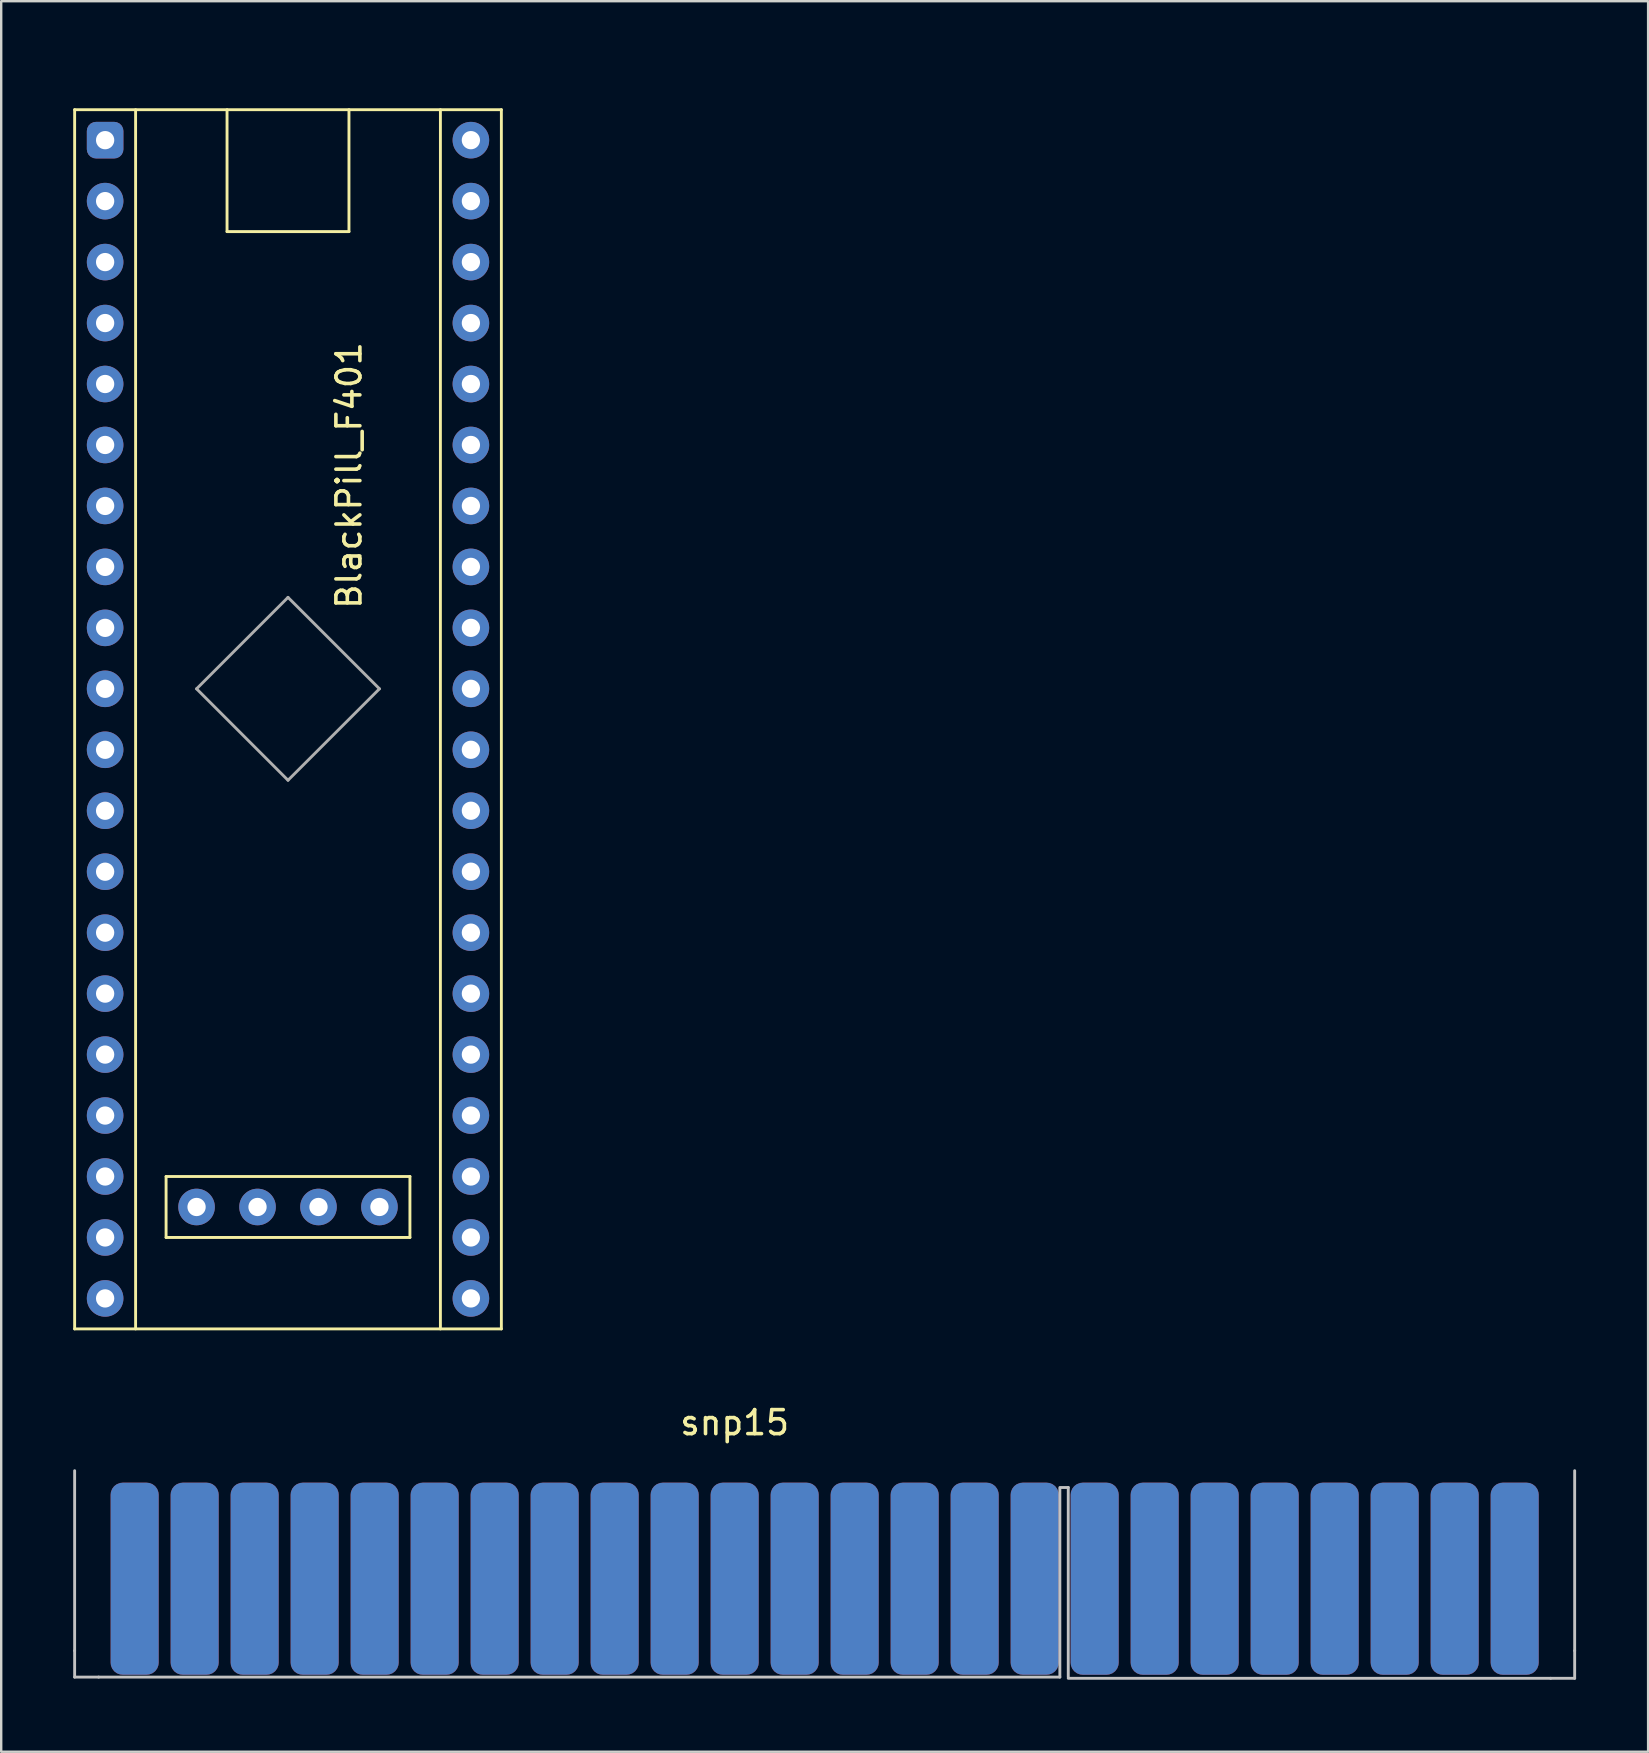
<source format=kicad_pcb>
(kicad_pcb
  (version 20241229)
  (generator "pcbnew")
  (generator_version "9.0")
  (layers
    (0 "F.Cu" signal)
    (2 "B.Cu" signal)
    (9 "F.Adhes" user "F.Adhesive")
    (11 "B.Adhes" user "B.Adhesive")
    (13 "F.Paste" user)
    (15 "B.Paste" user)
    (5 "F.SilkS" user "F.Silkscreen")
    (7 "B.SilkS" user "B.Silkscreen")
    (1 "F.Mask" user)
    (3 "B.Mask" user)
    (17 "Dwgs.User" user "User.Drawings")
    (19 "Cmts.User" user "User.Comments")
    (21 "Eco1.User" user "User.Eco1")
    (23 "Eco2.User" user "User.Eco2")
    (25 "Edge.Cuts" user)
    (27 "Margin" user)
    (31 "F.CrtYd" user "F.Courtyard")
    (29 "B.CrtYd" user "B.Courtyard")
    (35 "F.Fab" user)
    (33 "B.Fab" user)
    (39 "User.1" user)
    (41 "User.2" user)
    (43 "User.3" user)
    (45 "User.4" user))
  (footprint "snp15"
    (layer "F.Cu")
    (at 27.56 55.728)
    (property "Reference" "snp15" (at 0 0.5 0) (layer "F.SilkS") (effects (font (size 1 1) (thickness 0.15))))
    (attr through_hole)
    (fp_line (start -27.5 2.5) (end -27.5 10) (stroke (width 0.12) (type solid)) (layer "Dwgs.User"))
    (fp_line (start -27.5 11.1) (end -27.5 10) (stroke (width 0.12) (type solid)) (layer "Dwgs.User"))
    (fp_line (start -26.5 11.1) (end -27.5 11.1) (stroke (width 0.12) (type solid)) (layer "Dwgs.User"))
    (fp_line (start 13.55 3.2) (end 13.9 3.2) (stroke (width 0.12) (type solid)) (layer "Dwgs.User"))
    (fp_line (start 13.55 3.25) (end 13.55 11.1) (stroke (width 0.12) (type solid)) (layer "Dwgs.User"))
    (fp_line (start 13.55 11.1) (end -26.5 11.1) (stroke (width 0.12) (type solid)) (layer "Dwgs.User"))
    (fp_line (start 13.9 3.2) (end 13.9 11.1) (stroke (width 0.12) (type solid)) (layer "Dwgs.User"))
    (fp_line (start 13.9 11.15) (end 34 11.15) (stroke (width 0.12) (type solid)) (layer "Dwgs.User"))
    (fp_line (start 34 11.15) (end 35 11.15) (stroke (width 0.12) (type solid)) (layer "Dwgs.User"))
    (fp_line (start 35 2.5) (end 35 10) (stroke (width 0.12) (type solid)) (layer "Dwgs.User"))
    (fp_line (start 35 11.15) (end 35 10) (stroke (width 0.12) (type solid)) (layer "Dwgs.User"))
    (pad "A1" smd roundrect (at -25 7) (size 2 8) (layers "B.Cu" "B.Mask" "B.Paste") (roundrect_rratio 0.25))
    (pad "A2" smd roundrect (at -22.5 7) (size 2 8) (layers "B.Cu" "B.Mask" "B.Paste") (roundrect_rratio 0.25))
    (pad "A3" smd roundrect (at -20 7) (size 2 8) (layers "B.Cu" "B.Mask" "B.Paste") (roundrect_rratio 0.25))
    (pad "A4" smd roundrect (at -17.5 7) (size 2 8) (layers "B.Cu" "B.Mask" "B.Paste") (roundrect_rratio 0.25))
    (pad "A5" smd roundrect (at -15 7) (size 2 8) (layers "B.Cu" "B.Mask" "B.Paste") (roundrect_rratio 0.25))
    (pad "A6" smd roundrect (at -12.5 7) (size 2 8) (layers "B.Cu" "B.Mask" "B.Paste") (roundrect_rratio 0.25))
    (pad "A7" smd roundrect (at -10 7) (size 2 8) (layers "B.Cu" "B.Mask" "B.Paste") (roundrect_rratio 0.25))
    (pad "A8" smd roundrect (at -7.5 7) (size 2 8) (layers "B.Cu" "B.Mask" "B.Paste") (roundrect_rratio 0.25))
    (pad "A9" smd roundrect (at -5 7) (size 2 8) (layers "B.Cu" "B.Mask" "B.Paste") (roundrect_rratio 0.25))
    (pad "A10" smd roundrect (at -2.5 7) (size 2 8) (layers "B.Cu" "B.Mask" "B.Paste") (roundrect_rratio 0.25))
    (pad "A11" smd roundrect (at 0 7) (size 2 8) (layers "B.Cu" "B.Mask" "B.Paste") (roundrect_rratio 0.25))
    (pad "A12" smd roundrect (at 2.5 7) (size 2 8) (layers "B.Cu" "B.Mask" "B.Paste") (roundrect_rratio 0.25))
    (pad "A13" smd roundrect (at 5 7) (size 2 8) (layers "B.Cu" "B.Mask" "B.Paste") (roundrect_rratio 0.25))
    (pad "A14" smd roundrect (at 7.5 7) (size 2 8) (layers "B.Cu" "B.Mask" "B.Paste") (roundrect_rratio 0.25))
    (pad "A15" smd roundrect (at 10 7) (size 2 8) (layers "B.Cu" "B.Mask" "B.Paste") (roundrect_rratio 0.25))
    (pad "A16" smd roundrect (at 12.5 7) (size 2 8) (layers "B.Cu" "B.Mask" "B.Paste") (roundrect_rratio 0.25))
    (pad "A17" smd roundrect (at 15 7) (size 2 8) (layers "B.Cu" "B.Mask" "B.Paste") (roundrect_rratio 0.25))
    (pad "A18" smd roundrect (at 17.5 7) (size 2 8) (layers "B.Cu" "B.Mask" "B.Paste") (roundrect_rratio 0.25))
    (pad "A19" smd roundrect (at 20 7) (size 2 8) (layers "B.Cu" "B.Mask" "B.Paste") (roundrect_rratio 0.25))
    (pad "A20" smd roundrect (at 22.5 7) (size 2 8) (layers "B.Cu" "B.Mask" "B.Paste") (roundrect_rratio 0.25))
    (pad "A21" smd roundrect (at 25 7) (size 2 8) (layers "B.Cu" "B.Mask" "B.Paste") (roundrect_rratio 0.25))
    (pad "A22" smd roundrect (at 27.5 7) (size 2 8) (layers "B.Cu" "B.Mask" "B.Paste") (roundrect_rratio 0.25))
    (pad "A23" smd roundrect (at 30 7) (size 2 8) (layers "B.Cu" "B.Mask" "B.Paste") (roundrect_rratio 0.25))
    (pad "A24" smd roundrect (at 32.5 7) (size 2 8) (layers "B.Cu" "B.Mask" "B.Paste") (roundrect_rratio 0.25))
    (pad "B1" smd roundrect (at -25 7) (size 2 8) (layers "F.Cu" "F.Mask" "F.Paste") (roundrect_rratio 0.25))
    (pad "B2" smd roundrect (at -22.5 7) (size 2 8) (layers "F.Cu" "F.Mask" "F.Paste") (roundrect_rratio 0.25))
    (pad "B3" smd roundrect (at -20 7) (size 2 8) (layers "F.Cu" "F.Mask" "F.Paste") (roundrect_rratio 0.25))
    (pad "B4" smd roundrect (at -17.5 7) (size 2 8) (layers "F.Cu" "F.Mask" "F.Paste") (roundrect_rratio 0.25))
    (pad "B5" smd roundrect (at -15 7) (size 2 8) (layers "F.Cu" "F.Mask" "F.Paste") (roundrect_rratio 0.25))
    (pad "B6" smd roundrect (at -12.5 7) (size 2 8) (layers "F.Cu" "F.Mask" "F.Paste") (roundrect_rratio 0.25))
    (pad "B7" smd roundrect (at -10 7) (size 2 8) (layers "F.Cu" "F.Mask" "F.Paste") (roundrect_rratio 0.25))
    (pad "B8" smd roundrect (at -7.5 7) (size 2 8) (layers "F.Cu" "F.Mask" "F.Paste") (roundrect_rratio 0.25))
    (pad "B9" smd roundrect (at -5 7) (size 2 8) (layers "F.Cu" "F.Mask" "F.Paste") (roundrect_rratio 0.25))
    (pad "B10" smd roundrect (at -2.5 7) (size 2 8) (layers "F.Cu" "F.Mask" "F.Paste") (roundrect_rratio 0.25))
    (pad "B11" smd roundrect (at 0 7) (size 2 8) (layers "F.Cu" "F.Mask" "F.Paste") (roundrect_rratio 0.25))
    (pad "B12" smd roundrect (at 2.5 7) (size 2 8) (layers "F.Cu" "F.Mask" "F.Paste") (roundrect_rratio 0.25))
    (pad "B13" smd roundrect (at 5 7) (size 2 8) (layers "F.Cu" "F.Mask" "F.Paste") (roundrect_rratio 0.25))
    (pad "B14" smd roundrect (at 7.5 7) (size 2 8) (layers "F.Cu" "F.Mask" "F.Paste") (roundrect_rratio 0.25))
    (pad "B15" smd roundrect (at 10 7) (size 2 8) (layers "F.Cu" "F.Mask" "F.Paste") (roundrect_rratio 0.25))
    (pad "B16" smd roundrect (at 12.5 7) (size 2 8) (layers "F.Cu" "F.Mask" "F.Paste") (roundrect_rratio 0.25))
    (pad "B17" smd roundrect (at 15 7) (size 2 8) (layers "F.Cu" "F.Mask" "F.Paste") (roundrect_rratio 0.25))
    (pad "B18" smd roundrect (at 17.5 7) (size 2 8) (layers "F.Cu" "F.Mask" "F.Paste") (roundrect_rratio 0.25))
    (pad "B19" smd roundrect (at 20 7) (size 2 8) (layers "F.Cu" "F.Mask" "F.Paste") (roundrect_rratio 0.25))
    (pad "B20" smd roundrect (at 22.5 7) (size 2 8) (layers "F.Cu" "F.Mask" "F.Paste") (roundrect_rratio 0.25))
    (pad "B21" smd roundrect (at 25 7) (size 2 8) (layers "F.Cu" "F.Mask" "F.Paste") (roundrect_rratio 0.25))
    (pad "B22" smd roundrect (at 27.5 7) (size 2 8) (layers "F.Cu" "F.Mask" "F.Paste") (roundrect_rratio 0.25))
    (pad "B23" smd roundrect (at 30 7) (size 2 8) (layers "F.Cu" "F.Mask" "F.Paste") (roundrect_rratio 0.25))
    (pad "B24" smd roundrect (at 32.5 7) (size 2 8) (layers "F.Cu" "F.Mask" "F.Paste") (roundrect_rratio 0.25)))
  (footprint "BlackPill_F401"
    (layer "F.Cu")
    (at 8.95 0.25)
    (property "Reference" "BlackPill_F401" (at 2.54 16.51 90) (layer "F.SilkS") (effects (font (size 1 1) (thickness 0.15))))
    (attr through_hole)
    (fp_line (start -8.89 1.27) (end 8.89 1.27) (stroke (width 0.12) (type solid)) (layer "F.SilkS"))
    (fp_line (start -8.89 52.07) (end -8.89 1.27) (stroke (width 0.12) (type solid)) (layer "F.SilkS"))
    (fp_line (start -6.35 1.27) (end -6.35 52.07) (stroke (width 0.12) (type solid)) (layer "F.SilkS"))
    (fp_line (start -5.08 45.72) (end -5.08 48.26) (stroke (width 0.12) (type solid)) (layer "F.SilkS"))
    (fp_line (start -5.08 48.26) (end 5.08 48.26) (stroke (width 0.12) (type solid)) (layer "F.SilkS"))
    (fp_line (start -2.54 1.27) (end -2.54 6.35) (stroke (width 0.12) (type solid)) (layer "F.SilkS"))
    (fp_line (start -2.54 6.35) (end 2.54 6.35) (stroke (width 0.12) (type solid)) (layer "F.SilkS"))
    (fp_line (start 2.54 6.35) (end 2.54 1.27) (stroke (width 0.12) (type solid)) (layer "F.SilkS"))
    (fp_line (start 5.08 45.72) (end -5.08 45.72) (stroke (width 0.12) (type solid)) (layer "F.SilkS"))
    (fp_line (start 5.08 48.26) (end 5.08 45.72) (stroke (width 0.12) (type solid)) (layer "F.SilkS"))
    (fp_line (start 6.35 1.27) (end 6.35 52.07) (stroke (width 0.12) (type solid)) (layer "F.SilkS"))
    (fp_line (start 8.89 1.27) (end 8.89 52.07) (stroke (width 0.12) (type solid)) (layer "F.SilkS"))
    (fp_line (start 8.89 52.07) (end -8.89 52.07) (stroke (width 0.12) (type solid)) (layer "F.SilkS"))
    (fp_line (start -3.81 25.4) (end 0 21.59) (stroke (width 0.12) (type solid)) (layer "F.Fab"))
    (fp_line (start 0 21.59) (end 3.81 25.4) (stroke (width 0.12) (type solid)) (layer "F.Fab"))
    (fp_line (start 0 29.21) (end -3.81 25.4) (stroke (width 0.12) (type solid)) (layer "F.Fab"))
    (fp_line (start 3.81 25.4) (end 0 29.21) (stroke (width 0.12) (type solid)) (layer "F.Fab"))
    (pad "1" thru_hole roundrect (at -7.62 2.54) (size 1.524 1.524) (drill 0.762) (layers "*.Cu" "*.Mask") (roundrect_rratio 0.25))
    (pad "2" thru_hole circle (at -7.62 5.08) (size 1.524 1.524) (drill 0.762) (layers "*.Cu" "*.Mask"))
    (pad "3" thru_hole circle (at -7.62 7.62) (size 1.524 1.524) (drill 0.762) (layers "*.Cu" "*.Mask"))
    (pad "4" thru_hole circle (at -7.62 10.16) (size 1.524 1.524) (drill 0.762) (layers "*.Cu" "*.Mask"))
    (pad "5" thru_hole circle (at -7.62 12.7) (size 1.524 1.524) (drill 0.762) (layers "*.Cu" "*.Mask"))
    (pad "6" thru_hole circle (at -7.62 15.24) (size 1.524 1.524) (drill 0.762) (layers "*.Cu" "*.Mask"))
    (pad "7" thru_hole circle (at -7.62 17.78) (size 1.524 1.524) (drill 0.762) (layers "*.Cu" "*.Mask"))
    (pad "8" thru_hole circle (at -7.62 20.32) (size 1.524 1.524) (drill 0.762) (layers "*.Cu" "*.Mask"))
    (pad "9" thru_hole circle (at -7.62 22.86) (size 1.524 1.524) (drill 0.762) (layers "*.Cu" "*.Mask"))
    (pad "10" thru_hole circle (at -7.62 25.4) (size 1.524 1.524) (drill 0.762) (layers "*.Cu" "*.Mask"))
    (pad "11" thru_hole circle (at -7.62 27.94) (size 1.524 1.524) (drill 0.762) (layers "*.Cu" "*.Mask"))
    (pad "12" thru_hole circle (at -7.62 30.48) (size 1.524 1.524) (drill 0.762) (layers "*.Cu" "*.Mask"))
    (pad "13" thru_hole circle (at -7.62 33.02) (size 1.524 1.524) (drill 0.762) (layers "*.Cu" "*.Mask"))
    (pad "14" thru_hole circle (at -7.62 35.56) (size 1.524 1.524) (drill 0.762) (layers "*.Cu" "*.Mask"))
    (pad "15" thru_hole circle (at -7.62 38.1) (size 1.524 1.524) (drill 0.762) (layers "*.Cu" "*.Mask"))
    (pad "16" thru_hole circle (at -7.62 40.64) (size 1.524 1.524) (drill 0.762) (layers "*.Cu" "*.Mask"))
    (pad "17" thru_hole circle (at -7.62 43.18) (size 1.524 1.524) (drill 0.762) (layers "*.Cu" "*.Mask"))
    (pad "18" thru_hole circle (at -7.62 45.72) (size 1.524 1.524) (drill 0.762) (layers "*.Cu" "*.Mask"))
    (pad "19" thru_hole circle (at -7.62 48.26) (size 1.524 1.524) (drill 0.762) (layers "*.Cu" "*.Mask"))
    (pad "20" thru_hole circle (at -7.62 50.8) (size 1.524 1.524) (drill 0.762) (layers "*.Cu" "*.Mask"))
    (pad "21" thru_hole circle (at 7.62 2.54) (size 1.524 1.524) (drill 0.762) (layers "*.Cu" "*.Mask"))
    (pad "22" thru_hole circle (at 7.62 5.08) (size 1.524 1.524) (drill 0.762) (layers "*.Cu" "*.Mask"))
    (pad "23" thru_hole circle (at 7.62 7.62) (size 1.524 1.524) (drill 0.762) (layers "*.Cu" "*.Mask"))
    (pad "24" thru_hole circle (at 7.62 10.16) (size 1.524 1.524) (drill 0.762) (layers "*.Cu" "*.Mask"))
    (pad "25" thru_hole circle (at 7.62 12.7) (size 1.524 1.524) (drill 0.762) (layers "*.Cu" "*.Mask"))
    (pad "26" thru_hole circle (at 7.62 15.24) (size 1.524 1.524) (drill 0.762) (layers "*.Cu" "*.Mask"))
    (pad "27" thru_hole circle (at 7.62 17.78) (size 1.524 1.524) (drill 0.762) (layers "*.Cu" "*.Mask"))
    (pad "28" thru_hole circle (at 7.62 20.32) (size 1.524 1.524) (drill 0.762) (layers "*.Cu" "*.Mask"))
    (pad "29" thru_hole circle (at 7.62 22.86) (size 1.524 1.524) (drill 0.762) (layers "*.Cu" "*.Mask"))
    (pad "30" thru_hole circle (at 7.62 25.4) (size 1.524 1.524) (drill 0.762) (layers "*.Cu" "*.Mask"))
    (pad "31" thru_hole circle (at 7.62 27.94) (size 1.524 1.524) (drill 0.762) (layers "*.Cu" "*.Mask"))
    (pad "32" thru_hole circle (at 7.62 30.48) (size 1.524 1.524) (drill 0.762) (layers "*.Cu" "*.Mask"))
    (pad "33" thru_hole circle (at 7.62 33.02) (size 1.524 1.524) (drill 0.762) (layers "*.Cu" "*.Mask"))
    (pad "34" thru_hole circle (at 7.62 35.56) (size 1.524 1.524) (drill 0.762) (layers "*.Cu" "*.Mask"))
    (pad "35" thru_hole circle (at 7.62 38.1) (size 1.524 1.524) (drill 0.762) (layers "*.Cu" "*.Mask"))
    (pad "36" thru_hole circle (at 7.62 40.64) (size 1.524 1.524) (drill 0.762) (layers "*.Cu" "*.Mask"))
    (pad "37" thru_hole circle (at 7.62 43.18) (size 1.524 1.524) (drill 0.762) (layers "*.Cu" "*.Mask"))
    (pad "38" thru_hole circle (at 7.62 45.72) (size 1.524 1.524) (drill 0.762) (layers "*.Cu" "*.Mask"))
    (pad "39" thru_hole circle (at 7.62 48.26) (size 1.524 1.524) (drill 0.762) (layers "*.Cu" "*.Mask"))
    (pad "40" thru_hole circle (at 7.62 50.8) (size 1.524 1.524) (drill 0.762) (layers "*.Cu" "*.Mask"))
    (pad "41" thru_hole circle (at -3.81 46.99) (size 1.524 1.524) (drill 0.762) (layers "*.Cu" "*.Mask"))
    (pad "42" thru_hole circle (at -1.27 46.99) (size 1.524 1.524) (drill 0.762) (layers "*.Cu" "*.Mask"))
    (pad "43" thru_hole circle (at 1.27 46.99) (size 1.524 1.524) (drill 0.762) (layers "*.Cu" "*.Mask"))
    (pad "44" thru_hole circle (at 3.81 46.99) (size 1.524 1.524) (drill 0.762) (layers "*.Cu" "*.Mask")))
  (gr_rect
    (start -3 -3)
    (end 65.62 69.938)
    (stroke (width 0.1) (type default))
    (fill no)
    (layer "Edge.Cuts")))
</source>
